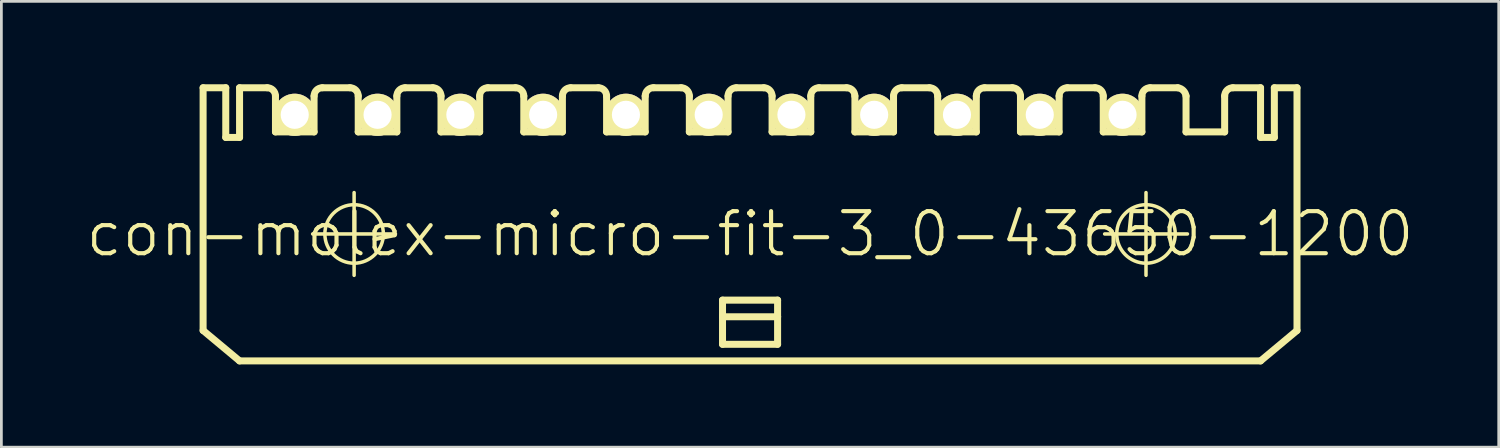
<source format=kicad_pcb>
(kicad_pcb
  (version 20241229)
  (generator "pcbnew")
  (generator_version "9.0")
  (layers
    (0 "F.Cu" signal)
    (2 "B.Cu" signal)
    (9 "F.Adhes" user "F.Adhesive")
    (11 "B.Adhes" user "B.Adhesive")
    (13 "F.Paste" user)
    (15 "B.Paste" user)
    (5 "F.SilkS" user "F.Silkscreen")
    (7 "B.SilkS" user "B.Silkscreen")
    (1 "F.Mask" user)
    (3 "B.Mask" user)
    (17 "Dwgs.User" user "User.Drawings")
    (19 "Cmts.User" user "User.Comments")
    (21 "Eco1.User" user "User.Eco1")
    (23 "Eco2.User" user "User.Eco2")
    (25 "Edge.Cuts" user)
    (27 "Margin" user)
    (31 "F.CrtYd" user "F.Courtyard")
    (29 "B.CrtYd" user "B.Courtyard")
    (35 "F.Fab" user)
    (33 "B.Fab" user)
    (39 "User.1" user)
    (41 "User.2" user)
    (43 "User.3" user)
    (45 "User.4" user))
  (footprint "con-molex-micro-fit-3_0-43650-1200"
    (layer "F.Cu")
    (at 24.13 5.428)
    (property "Reference" "con-molex-micro-fit-3_0-43650-1200" (at 0 0 0) (layer "F.SilkS") (effects (font (size 1.524 1.524) (thickness 0.15))))
    (attr exclude_from_pos_files exclude_from_bom)
    (fp_line (start -19.82 -5.298) (end -18.999 -5.298) (stroke (width 0.254) (type solid)) (layer "F.SilkS"))
    (fp_line (start -19.82 3.498) (end -19.82 -5.298) (stroke (width 0.254) (type solid)) (layer "F.SilkS"))
    (fp_line (start -19.82 3.498) (end -18.499 4.6) (stroke (width 0.254) (type solid)) (layer "F.SilkS"))
    (fp_line (start -18.999 -5.298) (end -18.999 -3.498) (stroke (width 0.254) (type solid)) (layer "F.SilkS"))
    (fp_line (start -18.999 -3.498) (end -18.499 -3.498) (stroke (width 0.254) (type solid)) (layer "F.SilkS"))
    (fp_line (start -18.499 -5.298) (end -17.498 -5.298) (stroke (width 0.254) (type solid)) (layer "F.SilkS"))
    (fp_line (start -18.499 -3.498) (end -18.499 -5.298) (stroke (width 0.254) (type solid)) (layer "F.SilkS"))
    (fp_line (start -17.198 -3.698) (end -17.198 -4.999) (stroke (width 0.254) (type solid)) (layer "F.SilkS"))
    (fp_line (start -17.198 -3.698) (end -15.799 -3.698) (stroke (width 0.254) (type solid)) (layer "F.SilkS"))
    (fp_line (start -15.85 0) (end -12.85 0) (stroke (width 0.127) (type solid)) (layer "F.SilkS"))
    (fp_line (start -15.799 -3.698) (end -15.799 -4.999) (stroke (width 0.254) (type solid)) (layer "F.SilkS"))
    (fp_line (start -15.499 -5.298) (end -14.498 -5.298) (stroke (width 0.254) (type solid)) (layer "F.SilkS"))
    (fp_line (start -14.348 1.499) (end -14.348 -1.499) (stroke (width 0.127) (type solid)) (layer "F.SilkS"))
    (fp_line (start -14.199 -3.698) (end -14.199 -4.999) (stroke (width 0.254) (type solid)) (layer "F.SilkS"))
    (fp_line (start -14.199 -3.698) (end -12.799 -3.698) (stroke (width 0.254) (type solid)) (layer "F.SilkS"))
    (fp_line (start -12.799 -3.698) (end -12.799 -4.999) (stroke (width 0.254) (type solid)) (layer "F.SilkS"))
    (fp_line (start -12.499 -5.298) (end -11.499 -5.298) (stroke (width 0.254) (type solid)) (layer "F.SilkS"))
    (fp_line (start -11.199 -3.698) (end -11.199 -4.999) (stroke (width 0.254) (type solid)) (layer "F.SilkS"))
    (fp_line (start -11.199 -3.698) (end -9.799 -3.698) (stroke (width 0.254) (type solid)) (layer "F.SilkS"))
    (fp_line (start -9.799 -3.698) (end -9.799 -4.999) (stroke (width 0.254) (type solid)) (layer "F.SilkS"))
    (fp_line (start -9.5 -5.298) (end -8.499 -5.298) (stroke (width 0.254) (type solid)) (layer "F.SilkS"))
    (fp_line (start -8.199 -3.698) (end -8.199 -4.999) (stroke (width 0.254) (type solid)) (layer "F.SilkS"))
    (fp_line (start -8.199 -3.698) (end -6.8 -3.698) (stroke (width 0.254) (type solid)) (layer "F.SilkS"))
    (fp_line (start -6.8 -3.698) (end -6.8 -4.999) (stroke (width 0.254) (type solid)) (layer "F.SilkS"))
    (fp_line (start -6.5 -5.298) (end -5.499 -5.298) (stroke (width 0.254) (type solid)) (layer "F.SilkS"))
    (fp_line (start -5.199 -3.698) (end -5.199 -4.999) (stroke (width 0.254) (type solid)) (layer "F.SilkS"))
    (fp_line (start -5.199 -3.698) (end -3.8 -3.698) (stroke (width 0.254) (type solid)) (layer "F.SilkS"))
    (fp_line (start -3.8 -3.698) (end -3.8 -4.999) (stroke (width 0.254) (type solid)) (layer "F.SilkS"))
    (fp_line (start -3.498 -5.298) (end -2.499 -5.298) (stroke (width 0.254) (type solid)) (layer "F.SilkS"))
    (fp_line (start -2.2 -3.698) (end -2.2 -4.999) (stroke (width 0.254) (type solid)) (layer "F.SilkS"))
    (fp_line (start -2.2 -3.698) (end -0.798 -3.698) (stroke (width 0.254) (type solid)) (layer "F.SilkS"))
    (fp_line (start -0.998 2.398) (end 0.998 2.398) (stroke (width 0.254) (type solid)) (layer "F.SilkS"))
    (fp_line (start -0.998 3) (end -0.998 2.398) (stroke (width 0.254) (type solid)) (layer "F.SilkS"))
    (fp_line (start -0.998 3) (end 0.998 3) (stroke (width 0.254) (type solid)) (layer "F.SilkS"))
    (fp_line (start -0.998 3.998) (end -0.998 3) (stroke (width 0.254) (type solid)) (layer "F.SilkS"))
    (fp_line (start -0.798 -3.698) (end -0.798 -4.999) (stroke (width 0.254) (type solid)) (layer "F.SilkS"))
    (fp_line (start -0.498 -5.298) (end 0.498 -5.298) (stroke (width 0.254) (type solid)) (layer "F.SilkS"))
    (fp_line (start 0.798 -3.698) (end 0.798 -4.999) (stroke (width 0.254) (type solid)) (layer "F.SilkS"))
    (fp_line (start 0.798 -3.698) (end 2.2 -3.698) (stroke (width 0.254) (type solid)) (layer "F.SilkS"))
    (fp_line (start 0.998 2.398) (end 0.998 3) (stroke (width 0.254) (type solid)) (layer "F.SilkS"))
    (fp_line (start 0.998 3) (end 0.998 3.998) (stroke (width 0.254) (type solid)) (layer "F.SilkS"))
    (fp_line (start 0.998 3.998) (end -0.998 3.998) (stroke (width 0.254) (type solid)) (layer "F.SilkS"))
    (fp_line (start 2.2 -3.698) (end 2.2 -4.999) (stroke (width 0.254) (type solid)) (layer "F.SilkS"))
    (fp_line (start 2.499 -5.298) (end 3.498 -5.298) (stroke (width 0.254) (type solid)) (layer "F.SilkS"))
    (fp_line (start 3.8 -3.698) (end 3.8 -4.999) (stroke (width 0.254) (type solid)) (layer "F.SilkS"))
    (fp_line (start 3.8 -3.698) (end 5.199 -3.698) (stroke (width 0.254) (type solid)) (layer "F.SilkS"))
    (fp_line (start 5.199 -3.698) (end 5.199 -4.999) (stroke (width 0.254) (type solid)) (layer "F.SilkS"))
    (fp_line (start 5.499 -5.298) (end 6.5 -5.298) (stroke (width 0.254) (type solid)) (layer "F.SilkS"))
    (fp_line (start 6.8 -3.698) (end 6.8 -4.999) (stroke (width 0.254) (type solid)) (layer "F.SilkS"))
    (fp_line (start 6.8 -3.698) (end 8.199 -3.698) (stroke (width 0.254) (type solid)) (layer "F.SilkS"))
    (fp_line (start 8.199 -3.698) (end 8.199 -4.999) (stroke (width 0.254) (type solid)) (layer "F.SilkS"))
    (fp_line (start 8.499 -5.298) (end 9.5 -5.298) (stroke (width 0.254) (type solid)) (layer "F.SilkS"))
    (fp_line (start 9.799 -3.698) (end 9.799 -4.999) (stroke (width 0.254) (type solid)) (layer "F.SilkS"))
    (fp_line (start 9.799 -3.698) (end 11.199 -3.698) (stroke (width 0.254) (type solid)) (layer "F.SilkS"))
    (fp_line (start 11.199 -3.698) (end 11.199 -4.999) (stroke (width 0.254) (type solid)) (layer "F.SilkS"))
    (fp_line (start 11.499 -5.298) (end 12.499 -5.298) (stroke (width 0.254) (type solid)) (layer "F.SilkS"))
    (fp_line (start 12.799 -3.698) (end 12.799 -4.999) (stroke (width 0.254) (type solid)) (layer "F.SilkS"))
    (fp_line (start 12.799 -3.698) (end 14.199 -3.698) (stroke (width 0.254) (type solid)) (layer "F.SilkS"))
    (fp_line (start 12.85 0) (end 15.85 0) (stroke (width 0.127) (type solid)) (layer "F.SilkS"))
    (fp_line (start 14.199 -3.698) (end 14.199 -4.999) (stroke (width 0.254) (type solid)) (layer "F.SilkS"))
    (fp_line (start 14.348 1.499) (end 14.348 -1.499) (stroke (width 0.127) (type solid)) (layer "F.SilkS"))
    (fp_line (start 14.498 -5.298) (end 15.499 -5.298) (stroke (width 0.254) (type solid)) (layer "F.SilkS"))
    (fp_line (start 15.799 -4.999) (end 15.799 -3.698) (stroke (width 0.254) (type solid)) (layer "F.SilkS"))
    (fp_line (start 15.799 -3.698) (end 17.198 -3.698) (stroke (width 0.254) (type solid)) (layer "F.SilkS"))
    (fp_line (start 17.198 -3.698) (end 17.198 -4.999) (stroke (width 0.254) (type solid)) (layer "F.SilkS"))
    (fp_line (start 17.498 -5.298) (end 18.499 -5.298) (stroke (width 0.254) (type solid)) (layer "F.SilkS"))
    (fp_line (start 18.499 -3.498) (end 18.499 -5.298) (stroke (width 0.254) (type solid)) (layer "F.SilkS"))
    (fp_line (start 18.499 4.6) (end -18.499 4.6) (stroke (width 0.254) (type solid)) (layer "F.SilkS"))
    (fp_line (start 18.999 -5.298) (end 18.999 -3.498) (stroke (width 0.254) (type solid)) (layer "F.SilkS"))
    (fp_line (start 18.999 -5.298) (end 19.82 -5.298) (stroke (width 0.254) (type solid)) (layer "F.SilkS"))
    (fp_line (start 18.999 -3.498) (end 18.499 -3.498) (stroke (width 0.254) (type solid)) (layer "F.SilkS"))
    (fp_line (start 19.82 -5.298) (end 19.82 3.498) (stroke (width 0.254) (type solid)) (layer "F.SilkS"))
    (fp_line (start 19.82 3.498) (end 18.499 4.6) (stroke (width 0.254) (type solid)) (layer "F.SilkS"))
    (fp_arc (start -17.49806 -5.29844) (mid -17.286126 -5.210654) (end -17.19834 -4.99872) (stroke (width 0.254) (type solid)) (layer "F.SilkS"))
    (fp_arc (start -15.7988 -4.99872) (mid -15.711014 -5.210654) (end -15.49908 -5.29844) (stroke (width 0.254) (type solid)) (layer "F.SilkS"))
    (fp_arc (start -14.49832 -5.29844) (mid -14.286386 -5.210654) (end -14.1986 -4.99872) (stroke (width 0.254) (type solid)) (layer "F.SilkS"))
    (fp_arc (start -12.79906 -4.99872) (mid -12.711274 -5.210654) (end -12.49934 -5.29844) (stroke (width 0.254) (type solid)) (layer "F.SilkS"))
    (fp_arc (start -11.49858 -5.29844) (mid -11.286646 -5.210654) (end -11.19886 -4.99872) (stroke (width 0.254) (type solid)) (layer "F.SilkS"))
    (fp_arc (start -9.79932 -4.99872) (mid -9.711534 -5.210654) (end -9.4996 -5.29844) (stroke (width 0.254) (type solid)) (layer "F.SilkS"))
    (fp_arc (start -8.49884 -5.29844) (mid -8.286906 -5.210654) (end -8.19912 -4.99872) (stroke (width 0.254) (type solid)) (layer "F.SilkS"))
    (fp_arc (start -6.79958 -4.99872) (mid -6.711794 -5.210654) (end -6.49986 -5.29844) (stroke (width 0.254) (type solid)) (layer "F.SilkS"))
    (fp_arc (start -5.4991 -5.29844) (mid -5.287166 -5.210654) (end -5.19938 -4.99872) (stroke (width 0.254) (type solid)) (layer "F.SilkS"))
    (fp_arc (start -3.79984 -4.99872) (mid -3.71131 -5.21245) (end -3.49758 -5.30098) (stroke (width 0.254) (type solid)) (layer "F.SilkS"))
    (fp_arc (start -2.49936 -5.29844) (mid -2.287426 -5.210654) (end -2.19964 -4.99872) (stroke (width 0.254) (type solid)) (layer "F.SilkS"))
    (fp_arc (start -0.79756 -4.99872) (mid -0.709774 -5.210654) (end -0.49784 -5.29844) (stroke (width 0.254) (type solid)) (layer "F.SilkS"))
    (fp_arc (start 0.49784 -5.29844) (mid 0.709774 -5.210654) (end 0.79756 -4.99872) (stroke (width 0.254) (type solid)) (layer "F.SilkS"))
    (fp_arc (start 2.19964 -4.99872) (mid 2.287426 -5.210654) (end 2.49936 -5.29844) (stroke (width 0.254) (type solid)) (layer "F.SilkS"))
    (fp_arc (start 3.49758 -5.29844) (mid 3.709514 -5.210654) (end 3.7973 -4.99872) (stroke (width 0.254) (type solid)) (layer "F.SilkS"))
    (fp_arc (start 5.19938 -4.99872) (mid 5.287166 -5.210654) (end 5.4991 -5.29844) (stroke (width 0.254) (type solid)) (layer "F.SilkS"))
    (fp_arc (start 6.49986 -5.29844) (mid 6.711794 -5.210654) (end 6.79958 -4.99872) (stroke (width 0.254) (type solid)) (layer "F.SilkS"))
    (fp_arc (start 8.19912 -4.99872) (mid 8.286906 -5.210654) (end 8.49884 -5.29844) (stroke (width 0.254) (type solid)) (layer "F.SilkS"))
    (fp_arc (start 9.4996 -5.29844) (mid 9.711534 -5.210654) (end 9.79932 -4.99872) (stroke (width 0.254) (type solid)) (layer "F.SilkS"))
    (fp_arc (start 11.19886 -4.99872) (mid 11.286646 -5.210654) (end 11.49858 -5.29844) (stroke (width 0.254) (type solid)) (layer "F.SilkS"))
    (fp_arc (start 12.49934 -5.29844) (mid 12.711274 -5.210654) (end 12.79906 -4.99872) (stroke (width 0.254) (type solid)) (layer "F.SilkS"))
    (fp_arc (start 14.1986 -4.99872) (mid 14.286386 -5.210654) (end 14.49832 -5.29844) (stroke (width 0.254) (type solid)) (layer "F.SilkS"))
    (fp_arc (start 15.49908 -5.29844) (mid 15.699145 -5.197943) (end 15.798969 -4.997541) (stroke (width 0.254) (type solid)) (layer "F.SilkS"))
    (fp_arc (start 17.19834 -4.99872) (mid 17.286126 -5.210654) (end 17.49806 -5.29844) (stroke (width 0.254) (type solid)) (layer "F.SilkS"))
    (fp_circle (center -14.348 0) (end -15.098 0.749) (stroke (width 0.127) (type solid)) (fill no) (layer "F.SilkS"))
    (fp_circle (center 14.348 0) (end 15.098 0.749) (stroke (width 0.127) (type solid)) (fill no) (layer "F.SilkS"))
    (pad "P$1" thru_hole rect (at 16.5 -4.318) (size 0.001 0.001) (drill 1.019) (layers "*.Cu" "F.Mask" "F.SilkS" "F.Paste"))
    (pad "P$2" thru_hole circle (at 13.498 -4.318) (size 1.529 1.529) (drill 1.019) (layers "*.Cu" "F.Mask" "F.SilkS" "F.Paste"))
    (pad "P$3" thru_hole circle (at 10.498 -4.318) (size 1.529 1.529) (drill 1.019) (layers "*.Cu" "F.Mask" "F.SilkS" "F.Paste"))
    (pad "P$4" thru_hole circle (at 7.498 -4.318) (size 1.529 1.529) (drill 1.019) (layers "*.Cu" "F.Mask" "F.SilkS" "F.Paste"))
    (pad "P$5" thru_hole circle (at 4.498 -4.318) (size 1.529 1.529) (drill 1.019) (layers "*.Cu" "F.Mask" "F.SilkS" "F.Paste"))
    (pad "P$6" thru_hole circle (at 1.499 -4.318) (size 1.529 1.529) (drill 1.019) (layers "*.Cu" "F.Mask" "F.SilkS" "F.Paste"))
    (pad "P$7" thru_hole circle (at -1.499 -4.318) (size 1.529 1.529) (drill 1.019) (layers "*.Cu" "F.Mask" "F.SilkS" "F.Paste"))
    (pad "P$8" thru_hole circle (at -4.498 -4.318) (size 1.529 1.529) (drill 1.019) (layers "*.Cu" "F.Mask" "F.SilkS" "F.Paste"))
    (pad "P$9" thru_hole circle (at -7.498 -4.318) (size 1.529 1.529) (drill 1.019) (layers "*.Cu" "F.Mask" "F.SilkS" "F.Paste"))
    (pad "P$10" thru_hole circle (at -10.498 -4.318) (size 1.529 1.529) (drill 1.019) (layers "*.Cu" "F.Mask" "F.SilkS" "F.Paste"))
    (pad "P$11" thru_hole circle (at -13.498 -4.318) (size 1.529 1.529) (drill 1.019) (layers "*.Cu" "F.Mask" "F.SilkS" "F.Paste"))
    (pad "P$12" thru_hole circle (at -16.5 -4.318) (size 1.529 1.529) (drill 1.019) (layers "*.Cu" "F.Mask" "F.SilkS" "F.Paste")))
  (gr_rect
    (start -3 -3)
    (end 51.26 13.155)
    (stroke (width 0.1) (type default))
    (fill no)
    (layer "Edge.Cuts")))
</source>
